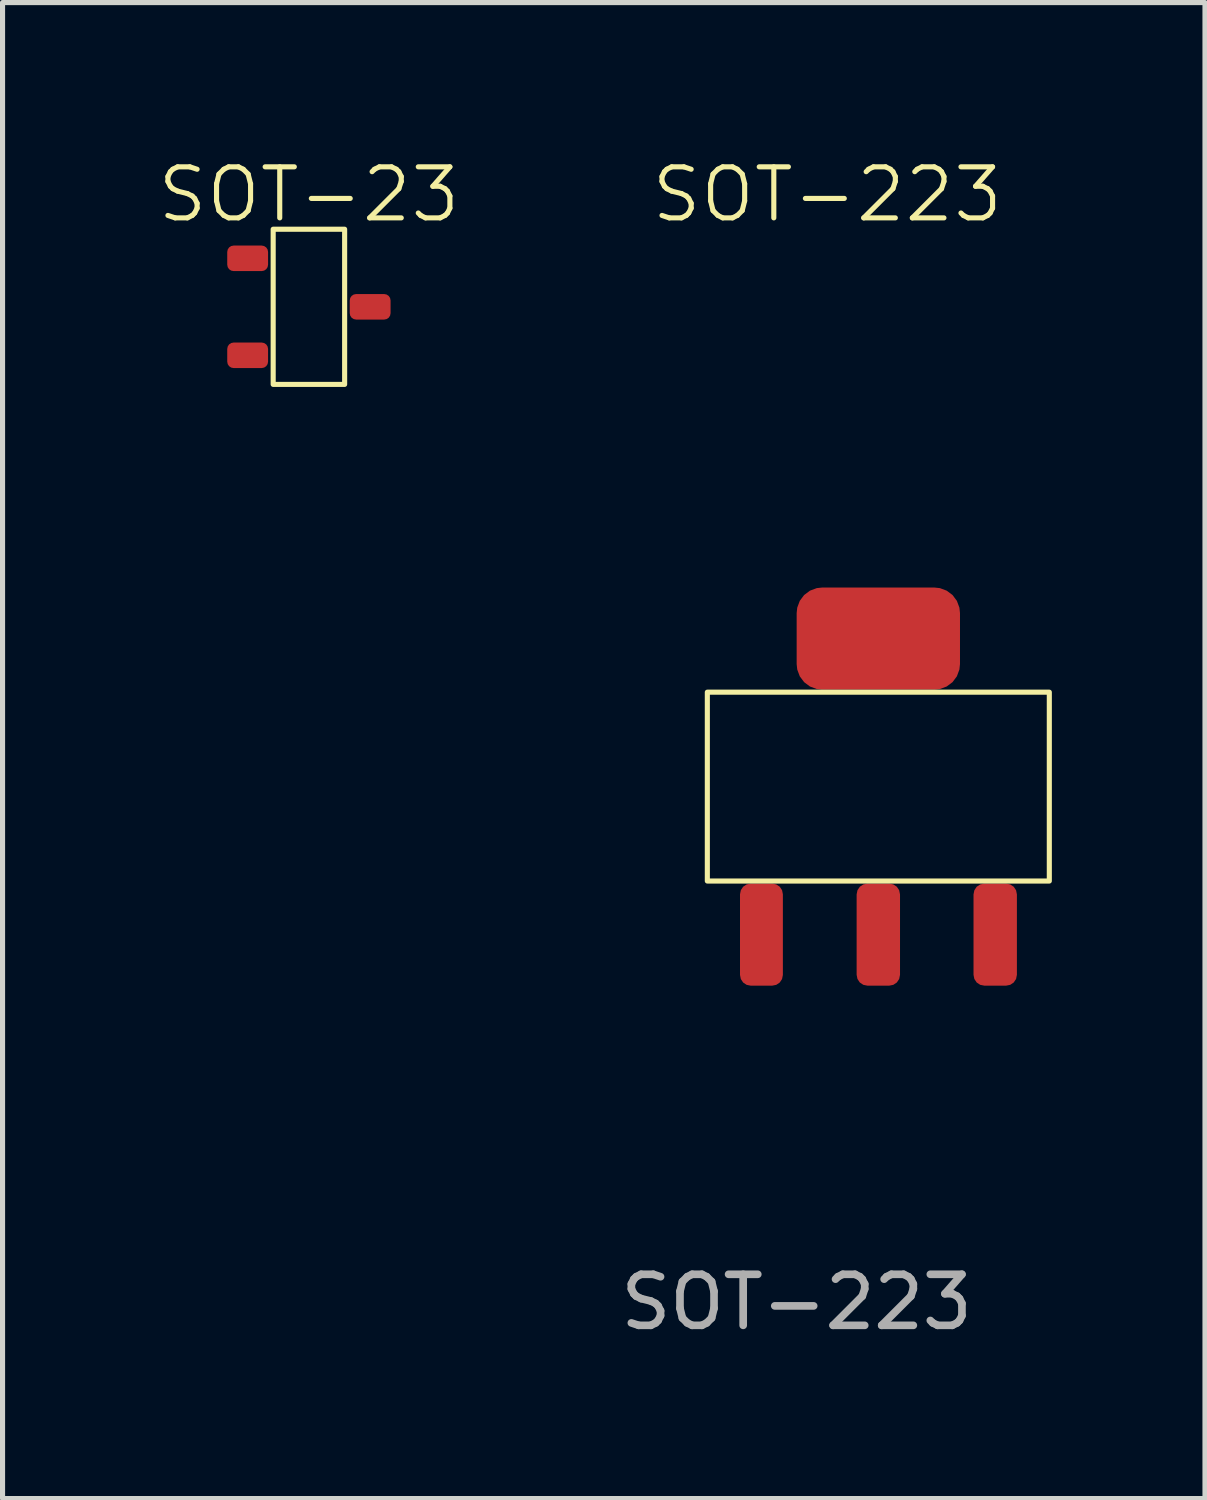
<source format=kicad_pcb>
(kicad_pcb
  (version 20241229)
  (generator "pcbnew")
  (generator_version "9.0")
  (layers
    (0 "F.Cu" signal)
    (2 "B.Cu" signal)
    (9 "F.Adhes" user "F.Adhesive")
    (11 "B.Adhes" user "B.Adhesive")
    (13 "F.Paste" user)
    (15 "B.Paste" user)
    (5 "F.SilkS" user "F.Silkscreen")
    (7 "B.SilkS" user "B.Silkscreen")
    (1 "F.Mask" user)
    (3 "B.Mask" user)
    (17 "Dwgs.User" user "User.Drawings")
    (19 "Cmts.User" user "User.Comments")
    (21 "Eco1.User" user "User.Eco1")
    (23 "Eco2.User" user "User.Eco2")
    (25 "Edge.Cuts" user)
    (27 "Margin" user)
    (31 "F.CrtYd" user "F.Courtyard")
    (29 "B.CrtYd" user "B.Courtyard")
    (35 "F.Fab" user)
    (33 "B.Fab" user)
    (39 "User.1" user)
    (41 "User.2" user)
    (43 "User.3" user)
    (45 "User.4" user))
  (footprint "SOT-23"
    (layer "F.Cu")
    (at 3.002 2.961)
    (property "Reference" "SOT-23" (at 0 -2.2 0) (unlocked yes) (layer "F.SilkS") (effects (font (size 1 1) (thickness 0.1))))
    (attr smd)
    (fp_rect (start -0.7 -1.52) (end 0.7 1.52) (stroke (width 0.1) (type default)) (fill no) (layer "F.SilkS"))
    (pad "1" smd roundrect (at -1.2 -0.95) (size 0.8 0.5) (layers "F.Cu" "F.Mask" "F.Paste") (roundrect_rratio 0.25))
    (pad "2" smd roundrect (at -1.2 0.95) (size 0.8 0.5) (layers "F.Cu" "F.Mask" "F.Paste") (roundrect_rratio 0.25))
    (pad "3" smd roundrect (at 1.2 0) (size 0.8 0.5) (layers "F.Cu" "F.Mask" "F.Paste") (roundrect_rratio 0.25)))
  (footprint "SOT-223"
    (layer "F.Cu")
    (at 14.158 12.361)
    (property "Reference" "SOT-223" (at -1 -11.6 0) (unlocked yes) (layer "F.SilkS") (effects (font (size 1 1) (thickness 0.1))))
    (attr smd)
    (fp_rect (start -3.35 -1.85) (end 3.35 1.85) (stroke (width 0.1) (type default)) (fill no) (layer "F.SilkS"))
    (fp_text user "${REFERENCE}" (at -1.6 10.1 0) (unlocked yes) (layer "F.Fab") (effects (font (size 1 1) (thickness 0.15))))
    (pad "1" smd roundrect (at -2.29 2.9 90) (size 2 0.84) (layers "F.Cu" "F.Mask" "F.Paste") (roundrect_rratio 0.25))
    (pad "2" smd roundrect (at 0 2.9 90) (size 2 0.85) (layers "F.Cu" "F.Mask" "F.Paste") (roundrect_rratio 0.25))
    (pad "3" smd roundrect (at 2.29 2.9 270) (size 2 0.85) (layers "F.Cu" "F.Mask" "F.Paste") (roundrect_rratio 0.25))
    (pad "4" smd roundrect (at 0 -2.9 270) (size 2 3.2) (layers "F.Cu" "F.Mask" "F.Paste") (roundrect_rratio 0.25)))
  (gr_rect
    (start -3 -3)
    (end 20.558 26.309)
    (stroke (width 0.1) (type default))
    (fill no)
    (layer "Edge.Cuts")))
</source>
